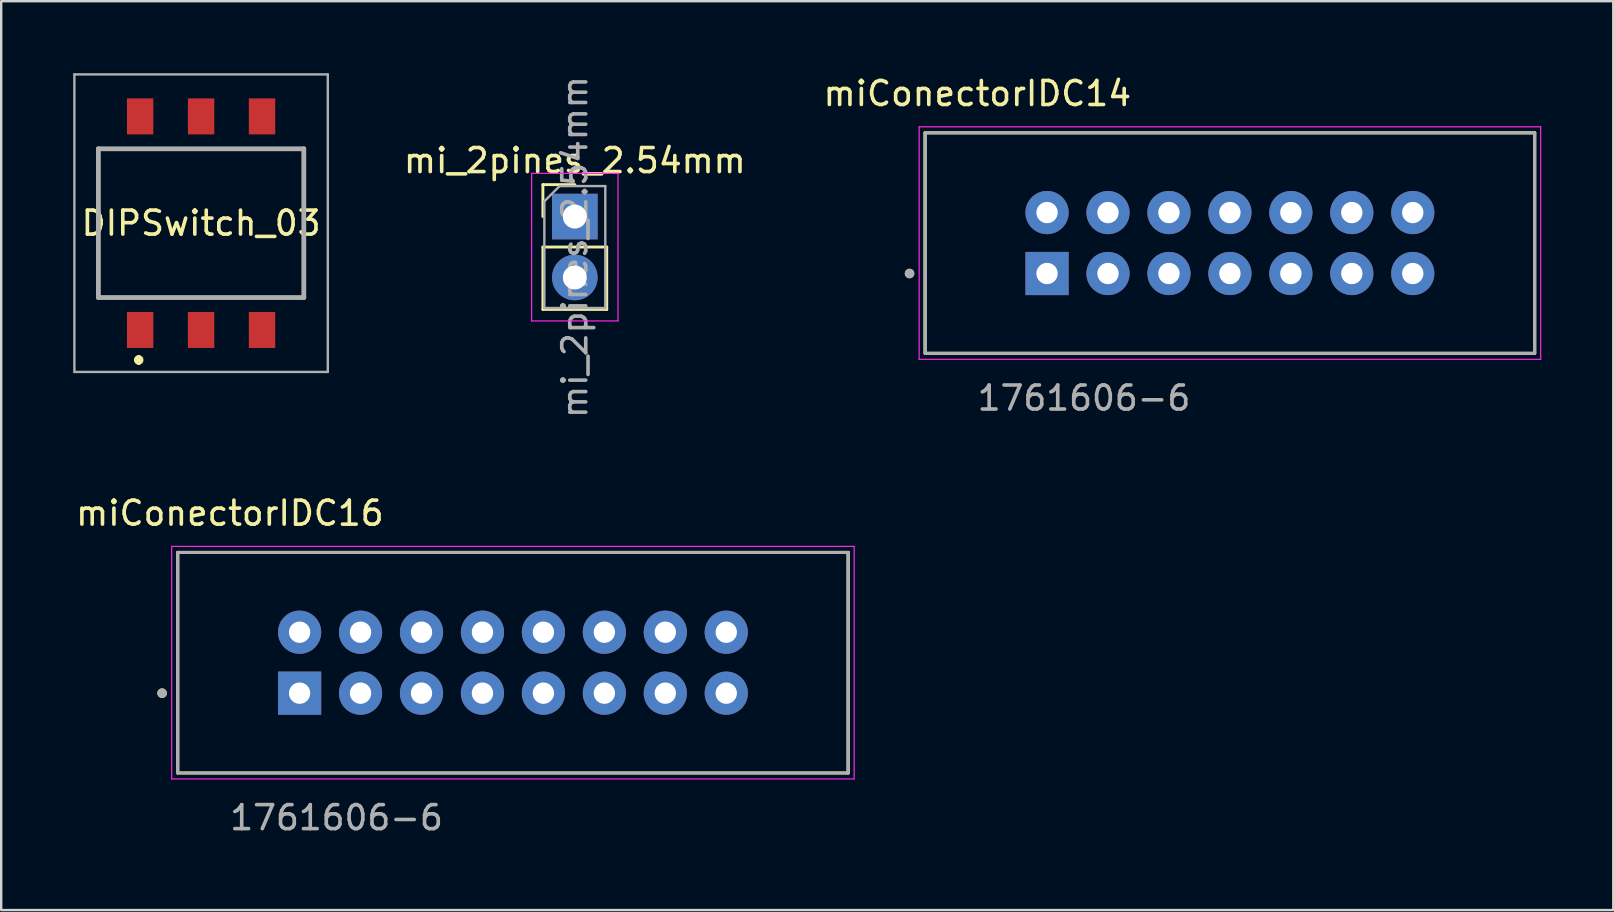
<source format=kicad_pcb>
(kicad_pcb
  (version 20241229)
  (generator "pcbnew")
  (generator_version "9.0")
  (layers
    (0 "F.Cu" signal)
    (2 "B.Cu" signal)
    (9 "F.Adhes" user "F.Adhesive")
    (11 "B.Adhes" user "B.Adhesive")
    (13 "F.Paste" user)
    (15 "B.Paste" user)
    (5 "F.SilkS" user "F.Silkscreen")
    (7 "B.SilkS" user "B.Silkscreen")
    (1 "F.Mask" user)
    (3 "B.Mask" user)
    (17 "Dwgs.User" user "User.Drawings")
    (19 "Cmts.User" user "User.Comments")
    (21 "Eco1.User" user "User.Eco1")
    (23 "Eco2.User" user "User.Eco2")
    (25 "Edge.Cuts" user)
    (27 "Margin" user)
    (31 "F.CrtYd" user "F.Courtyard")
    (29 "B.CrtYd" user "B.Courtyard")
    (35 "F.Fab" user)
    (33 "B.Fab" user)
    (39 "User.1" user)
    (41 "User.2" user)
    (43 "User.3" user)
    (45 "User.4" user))
  (footprint "mi_2pines_2.54mm"
    (layer "F.Cu")
    (at 20.904 5.974)
    (property "Reference" "mi_2pines_2.54mm" (at 0 -2.33 0) (layer "F.SilkS") (effects (font (size 1 1) (thickness 0.15))))
    (attr through_hole)
    (fp_line (start -1.33 -1.33) (end 0 -1.33) (stroke (width 0.12) (type solid)) (layer "F.SilkS"))
    (fp_line (start -1.33 0) (end -1.33 -1.33) (stroke (width 0.12) (type solid)) (layer "F.SilkS"))
    (fp_line (start -1.33 1.27) (end -1.33 3.87) (stroke (width 0.12) (type solid)) (layer "F.SilkS"))
    (fp_line (start -1.33 1.27) (end 1.33 1.27) (stroke (width 0.12) (type solid)) (layer "F.SilkS"))
    (fp_line (start -1.33 3.87) (end 1.33 3.87) (stroke (width 0.12) (type solid)) (layer "F.SilkS"))
    (fp_line (start 1.33 1.27) (end 1.33 3.87) (stroke (width 0.12) (type solid)) (layer "F.SilkS"))
    (fp_line (start -1.8 -1.8) (end -1.8 4.35) (stroke (width 0.05) (type solid)) (layer "F.CrtYd"))
    (fp_line (start -1.8 4.35) (end 1.8 4.35) (stroke (width 0.05) (type solid)) (layer "F.CrtYd"))
    (fp_line (start 1.8 -1.8) (end -1.8 -1.8) (stroke (width 0.05) (type solid)) (layer "F.CrtYd"))
    (fp_line (start 1.8 4.35) (end 1.8 -1.8) (stroke (width 0.05) (type solid)) (layer "F.CrtYd"))
    (fp_line (start -1.27 -0.635) (end -0.635 -1.27) (stroke (width 0.1) (type solid)) (layer "F.Fab"))
    (fp_line (start -1.27 3.81) (end -1.27 -0.635) (stroke (width 0.1) (type solid)) (layer "F.Fab"))
    (fp_line (start -0.635 -1.27) (end 1.27 -1.27) (stroke (width 0.1) (type solid)) (layer "F.Fab"))
    (fp_line (start 1.27 -1.27) (end 1.27 3.81) (stroke (width 0.1) (type solid)) (layer "F.Fab"))
    (fp_line (start 1.27 3.81) (end -1.27 3.81) (stroke (width 0.1) (type solid)) (layer "F.Fab"))
    (fp_text user "${REFERENCE}" (at 0 1.27 90) (layer "F.Fab") (effects (font (size 1 1) (thickness 0.15))))
    (pad "1" thru_hole rect (at 0 0) (size 1.9 1.9) (drill 1) (layers "*.Cu" "*.Mask"))
    (pad "2" thru_hole oval (at 0 2.54) (size 1.9 1.9) (drill 1) (layers "*.Cu" "*.Mask")))
  (footprint "miConectorIDC16"
    (layer "F.Cu")
    (at 9.435 25.836)
    (property "Reference" "miConectorIDC16" (at -2.905 -7.5 0) (layer "F.SilkS") (effects (font (size 1 1) (thickness 0.15))))
    (attr through_hole)
    (fp_line (start -5.08 3.325) (end -5.08 -5.865) (stroke (width 0.127) (type solid)) (layer "F.SilkS"))
    (fp_line (start 22.86 -5.865) (end -5.08 -5.865) (stroke (width 0.127) (type solid)) (layer "F.SilkS"))
    (fp_line (start 22.86 -5.865) (end 22.86 3.325) (stroke (width 0.127) (type solid)) (layer "F.SilkS"))
    (fp_line (start 22.86 3.325) (end -5.08 3.325) (stroke (width 0.127) (type solid)) (layer "F.SilkS"))
    (fp_circle (center -5.73 0) (end -5.63 0) (stroke (width 0.2) (type solid)) (fill no) (layer "F.SilkS"))
    (fp_line (start -5.33 -6.115) (end 23.11 -6.115) (stroke (width 0.05) (type solid)) (layer "F.CrtYd"))
    (fp_line (start -5.33 3.575) (end -5.33 -6.115) (stroke (width 0.05) (type solid)) (layer "F.CrtYd"))
    (fp_line (start 23.11 -6.115) (end 23.11 3.575) (stroke (width 0.05) (type solid)) (layer "F.CrtYd"))
    (fp_line (start 23.11 3.575) (end -5.33 3.575) (stroke (width 0.05) (type solid)) (layer "F.CrtYd"))
    (fp_line (start -5.08 -5.865) (end 22.86 -5.865) (stroke (width 0.127) (type solid)) (layer "F.Fab"))
    (fp_line (start -5.08 -5.865) (end 22.86 -5.865) (stroke (width 0.127) (type solid)) (layer "F.Fab"))
    (fp_line (start -5.08 3.325) (end -5.08 -5.865) (stroke (width 0.127) (type solid)) (layer "F.Fab"))
    (fp_line (start -5.08 3.325) (end -5.08 -5.865) (stroke (width 0.127) (type solid)) (layer "F.Fab"))
    (fp_line (start 22.86 -5.865) (end 22.86 3.325) (stroke (width 0.127) (type solid)) (layer "F.Fab"))
    (fp_line (start 22.86 -5.865) (end 22.86 3.325) (stroke (width 0.127) (type solid)) (layer "F.Fab"))
    (fp_line (start 22.86 3.325) (end -5.08 3.325) (stroke (width 0.127) (type solid)) (layer "F.Fab"))
    (fp_circle (center -5.73 0) (end -5.63 0) (stroke (width 0.2) (type solid)) (fill no) (layer "F.Fab"))
    (fp_text user "1761606-6" (at 1.54 5.19 0) (layer "F.Fab") (effects (font (size 1 1) (thickness 0.15))))
    (pad "1" thru_hole rect (at 0 0) (size 1.8 1.8) (drill 0.89) (layers "*.Cu" "*.Mask"))
    (pad "2" thru_hole circle (at 0 -2.54) (size 1.8 1.8) (drill 0.89) (layers "*.Cu" "*.Mask"))
    (pad "3" thru_hole circle (at 2.54 0) (size 1.8 1.8) (drill 0.89) (layers "*.Cu" "*.Mask"))
    (pad "4" thru_hole circle (at 2.54 -2.54) (size 1.8 1.8) (drill 0.89) (layers "*.Cu" "*.Mask"))
    (pad "5" thru_hole circle (at 5.08 0) (size 1.8 1.8) (drill 0.89) (layers "*.Cu" "*.Mask"))
    (pad "6" thru_hole circle (at 5.08 -2.54) (size 1.8 1.8) (drill 0.89) (layers "*.Cu" "*.Mask"))
    (pad "7" thru_hole circle (at 7.62 0) (size 1.8 1.8) (drill 0.89) (layers "*.Cu" "*.Mask"))
    (pad "8" thru_hole circle (at 7.62 -2.54) (size 1.8 1.8) (drill 0.89) (layers "*.Cu" "*.Mask"))
    (pad "9" thru_hole circle (at 10.16 0) (size 1.8 1.8) (drill 0.89) (layers "*.Cu" "*.Mask"))
    (pad "10" thru_hole circle (at 10.16 -2.54) (size 1.8 1.8) (drill 0.89) (layers "*.Cu" "*.Mask"))
    (pad "11" thru_hole circle (at 12.7 0) (size 1.8 1.8) (drill 0.89) (layers "*.Cu" "*.Mask"))
    (pad "12" thru_hole circle (at 12.7 -2.54) (size 1.8 1.8) (drill 0.89) (layers "*.Cu" "*.Mask"))
    (pad "13" thru_hole circle (at 15.24 0) (size 1.8 1.8) (drill 0.89) (layers "*.Cu" "*.Mask"))
    (pad "14" thru_hole circle (at 15.24 -2.54) (size 1.8 1.8) (drill 0.89) (layers "*.Cu" "*.Mask"))
    (pad "15" thru_hole circle (at 17.78 0) (size 1.8 1.8) (drill 0.89) (layers "*.Cu" "*.Mask"))
    (pad "16" thru_hole circle (at 17.78 -2.54) (size 1.8 1.8) (drill 0.89) (layers "*.Cu" "*.Mask")))
  (footprint "DIPSwitch_03"
    (layer "F.Cu")
    (at 5.33 6.25)
    (property "Reference" "DIPSwitch_03" (at 0 0 0) (layer "F.SilkS") (effects (font (size 1 1) (thickness 0.15))))
    (attr through_hole)
    (fp_line (start -4.28 -3.1) (end 4.28 -3.1) (stroke (width 0.1) (type solid)) (layer "F.SilkS"))
    (fp_line (start -4.28 3.1) (end -4.28 -3.1) (stroke (width 0.1) (type solid)) (layer "F.SilkS"))
    (fp_line (start -2.6 5.6) (end -2.6 5.6) (stroke (width 0.2) (type solid)) (layer "F.SilkS"))
    (fp_line (start -2.6 5.8) (end -2.6 5.8) (stroke (width 0.2) (type solid)) (layer "F.SilkS"))
    (fp_line (start 4.28 -3.1) (end 4.28 3.1) (stroke (width 0.1) (type solid)) (layer "F.SilkS"))
    (fp_line (start 4.28 3.1) (end -4.28 3.1) (stroke (width 0.1) (type solid)) (layer "F.SilkS"))
    (fp_arc (start -2.6 5.6) (mid -2.5 5.7) (end -2.6 5.8) (stroke (width 0.2) (type solid)) (layer "F.SilkS"))
    (fp_arc (start -2.6 5.8) (mid -2.7 5.7) (end -2.6 5.6) (stroke (width 0.2) (type solid)) (layer "F.SilkS"))
    (fp_line (start -5.28 -6.2) (end 5.28 -6.2) (stroke (width 0.1) (type solid)) (layer "F.Fab"))
    (fp_line (start -5.28 6.2) (end -5.28 -6.2) (stroke (width 0.1) (type solid)) (layer "F.Fab"))
    (fp_line (start -4.28 -3.1) (end 4.28 -3.1) (stroke (width 0.2) (type solid)) (layer "F.Fab"))
    (fp_line (start -4.28 3.1) (end -4.28 -3.1) (stroke (width 0.2) (type solid)) (layer "F.Fab"))
    (fp_line (start 4.28 -3.1) (end 4.28 3.1) (stroke (width 0.2) (type solid)) (layer "F.Fab"))
    (fp_line (start 4.28 3.1) (end -4.28 3.1) (stroke (width 0.2) (type solid)) (layer "F.Fab"))
    (fp_line (start 5.28 -6.2) (end 5.28 6.2) (stroke (width 0.1) (type solid)) (layer "F.Fab"))
    (fp_line (start 5.28 6.2) (end -5.28 6.2) (stroke (width 0.1) (type solid)) (layer "F.Fab"))
    (pad "1" smd rect (at -2.54 4.45 90) (size 1.5 1.1) (layers "F.Cu" "F.Mask" "F.Paste"))
    (pad "2" smd rect (at -2.54 -4.45 90) (size 1.5 1.1) (layers "F.Cu" "F.Mask" "F.Paste"))
    (pad "3" smd rect (at 0 4.45 90) (size 1.5 1.1) (layers "F.Cu" "F.Mask" "F.Paste"))
    (pad "4" smd rect (at 0 -4.45 90) (size 1.5 1.1) (layers "F.Cu" "F.Mask" "F.Paste"))
    (pad "5" smd rect (at 2.54 4.45 90) (size 1.5 1.1) (layers "F.Cu" "F.Mask" "F.Paste"))
    (pad "6" smd rect (at 2.54 -4.45 90) (size 1.5 1.1) (layers "F.Cu" "F.Mask" "F.Paste")))
  (footprint "miConectorIDC14"
    (layer "F.Cu")
    (at 40.583 8.348)
    (property "Reference" "miConectorIDC14" (at -2.905 -7.5 0) (layer "F.SilkS") (effects (font (size 1 1) (thickness 0.15))))
    (attr through_hole)
    (fp_line (start -5.08 3.325) (end -5.08 -5.865) (stroke (width 0.127) (type solid)) (layer "F.SilkS"))
    (fp_line (start 20.32 -5.865) (end -5.08 -5.865) (stroke (width 0.127) (type solid)) (layer "F.SilkS"))
    (fp_line (start 20.32 -5.865) (end 20.32 3.325) (stroke (width 0.127) (type solid)) (layer "F.SilkS"))
    (fp_line (start 20.32 3.325) (end -5.08 3.325) (stroke (width 0.127) (type solid)) (layer "F.SilkS"))
    (fp_circle (center -5.73 0) (end -5.63 0) (stroke (width 0.2) (type solid)) (fill no) (layer "F.SilkS"))
    (fp_line (start -5.33 -6.115) (end 20.57 -6.115) (stroke (width 0.05) (type solid)) (layer "F.CrtYd"))
    (fp_line (start -5.33 3.575) (end -5.33 -6.115) (stroke (width 0.05) (type solid)) (layer "F.CrtYd"))
    (fp_line (start 20.57 -6.115) (end 20.57 3.575) (stroke (width 0.05) (type solid)) (layer "F.CrtYd"))
    (fp_line (start 20.57 3.575) (end -5.33 3.575) (stroke (width 0.05) (type solid)) (layer "F.CrtYd"))
    (fp_line (start -5.08 -5.865) (end 20.32 -5.865) (stroke (width 0.127) (type solid)) (layer "F.Fab"))
    (fp_line (start -5.08 -5.865) (end 20.32 -5.865) (stroke (width 0.127) (type solid)) (layer "F.Fab"))
    (fp_line (start -5.08 3.325) (end -5.08 -5.865) (stroke (width 0.127) (type solid)) (layer "F.Fab"))
    (fp_line (start -5.08 3.325) (end -5.08 -5.865) (stroke (width 0.127) (type solid)) (layer "F.Fab"))
    (fp_line (start 20.32 -5.865) (end 20.32 3.325) (stroke (width 0.127) (type solid)) (layer "F.Fab"))
    (fp_line (start 20.32 -5.865) (end 20.32 3.325) (stroke (width 0.127) (type solid)) (layer "F.Fab"))
    (fp_line (start 20.32 3.325) (end -5.08 3.325) (stroke (width 0.127) (type solid)) (layer "F.Fab"))
    (fp_circle (center -5.73 0) (end -5.63 0) (stroke (width 0.2) (type solid)) (fill no) (layer "F.Fab"))
    (fp_text user "1761606-6" (at 1.54 5.19 0) (layer "F.Fab") (effects (font (size 1 1) (thickness 0.15))))
    (pad "1" thru_hole rect (at 0 0) (size 1.8 1.8) (drill 0.89) (layers "*.Cu" "*.Mask"))
    (pad "2" thru_hole circle (at 0 -2.54) (size 1.8 1.8) (drill 0.89) (layers "*.Cu" "*.Mask"))
    (pad "3" thru_hole circle (at 2.54 0) (size 1.8 1.8) (drill 0.89) (layers "*.Cu" "*.Mask"))
    (pad "4" thru_hole circle (at 2.54 -2.54) (size 1.8 1.8) (drill 0.89) (layers "*.Cu" "*.Mask"))
    (pad "5" thru_hole circle (at 5.08 0) (size 1.8 1.8) (drill 0.89) (layers "*.Cu" "*.Mask"))
    (pad "6" thru_hole circle (at 5.08 -2.54) (size 1.8 1.8) (drill 0.89) (layers "*.Cu" "*.Mask"))
    (pad "7" thru_hole circle (at 7.62 0) (size 1.8 1.8) (drill 0.89) (layers "*.Cu" "*.Mask"))
    (pad "8" thru_hole circle (at 7.62 -2.54) (size 1.8 1.8) (drill 0.89) (layers "*.Cu" "*.Mask"))
    (pad "9" thru_hole circle (at 10.16 0) (size 1.8 1.8) (drill 0.89) (layers "*.Cu" "*.Mask"))
    (pad "10" thru_hole circle (at 10.16 -2.54) (size 1.8 1.8) (drill 0.89) (layers "*.Cu" "*.Mask"))
    (pad "11" thru_hole circle (at 12.7 0) (size 1.8 1.8) (drill 0.89) (layers "*.Cu" "*.Mask"))
    (pad "12" thru_hole circle (at 12.7 -2.54) (size 1.8 1.8) (drill 0.89) (layers "*.Cu" "*.Mask"))
    (pad "13" thru_hole circle (at 15.24 0) (size 1.8 1.8) (drill 0.89) (layers "*.Cu" "*.Mask"))
    (pad "14" thru_hole circle (at 15.24 -2.54) (size 1.8 1.8) (drill 0.89) (layers "*.Cu" "*.Mask")))
  (gr_rect
    (start -3 -3)
    (end 64.178 34.875)
    (stroke (width 0.1) (type default))
    (fill no)
    (layer "Edge.Cuts")))
</source>
